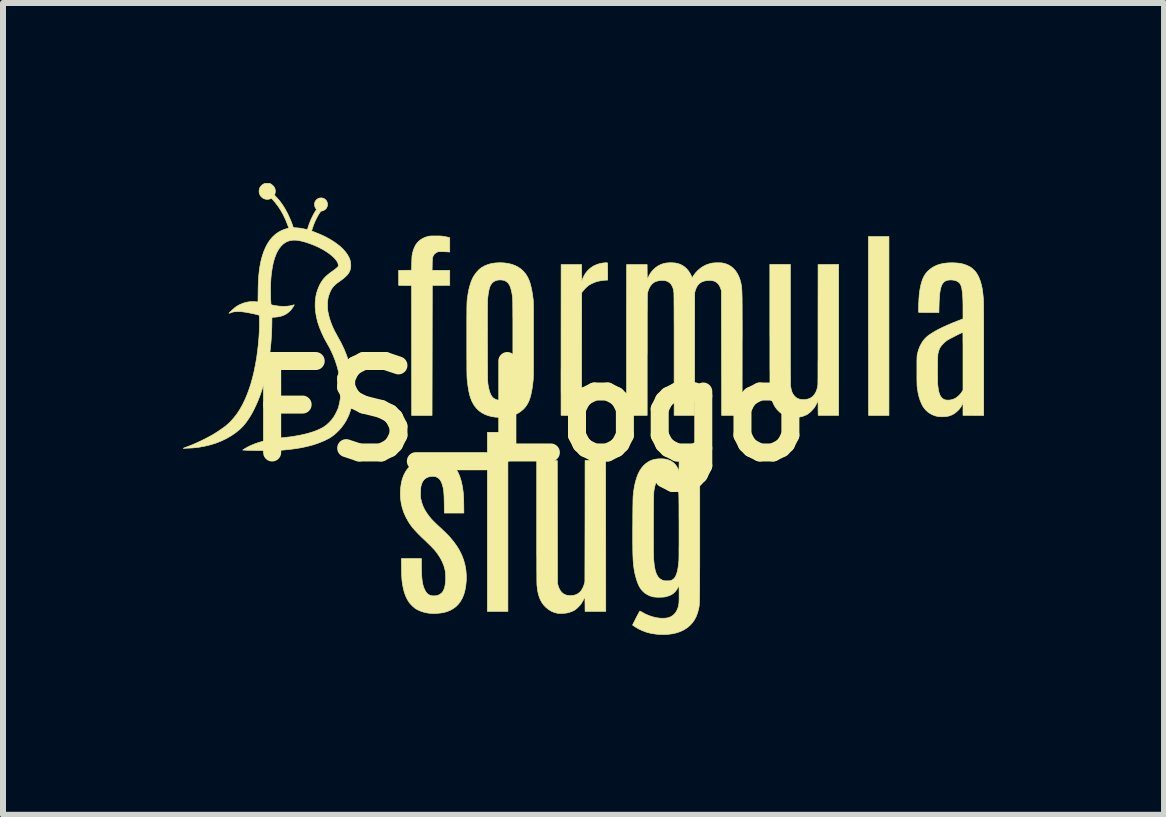
<source format=kicad_pcb>
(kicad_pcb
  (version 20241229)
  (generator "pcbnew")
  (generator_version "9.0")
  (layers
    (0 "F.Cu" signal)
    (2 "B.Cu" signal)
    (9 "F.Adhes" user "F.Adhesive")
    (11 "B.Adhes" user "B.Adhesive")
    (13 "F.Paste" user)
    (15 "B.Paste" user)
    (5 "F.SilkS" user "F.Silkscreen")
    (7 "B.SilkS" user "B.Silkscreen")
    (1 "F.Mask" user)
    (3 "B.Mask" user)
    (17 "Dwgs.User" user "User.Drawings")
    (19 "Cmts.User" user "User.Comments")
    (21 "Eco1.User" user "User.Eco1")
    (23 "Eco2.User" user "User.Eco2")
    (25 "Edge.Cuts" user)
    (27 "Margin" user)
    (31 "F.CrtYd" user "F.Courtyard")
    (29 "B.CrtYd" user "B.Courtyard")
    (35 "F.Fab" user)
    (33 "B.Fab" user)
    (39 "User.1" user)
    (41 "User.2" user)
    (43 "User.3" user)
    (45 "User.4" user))
  (footprint "FS_Logo"
    (layer "F.Cu")
    (at 5.767 3.801)
    (property "Reference" "FS_Logo" (at 0 0 0) (layer "F.SilkS") (effects (font (size 1.524 1.524) (thickness 0.3))))
    (attr through_hole)
    (fp_poly (pts (xy -0.353 3.338) (xy -0.695 3.338) (xy -0.695 0.353) (xy -0.353 0.353) (xy -0.353 3.338)) (stroke (width 0.01) (type solid)) (fill yes) (layer "F.SilkS"))
    (fp_poly (pts (xy 5.997 0.073) (xy 5.828 0.073) (xy 5.792 0.073) (xy 5.759 0.073) (xy 5.729 0.073) (xy 5.703 0.073) (xy 5.682 0.073) (xy 5.667 0.072) (xy 5.659 0.072) (xy 5.657 0.072) (xy 5.657 0.068) (xy 5.657 0.056) (xy 5.657 0.037) (xy 5.657 0.011) (xy 5.657 -0.022) (xy 5.656 -0.062) (xy 5.656 -0.108) (xy 5.656 -0.16) (xy 5.656 -0.217) (xy 5.656 -0.281) (xy 5.656 -0.349) (xy 5.656 -0.422) (xy 5.656 -0.5) (xy 5.656 -0.582) (xy 5.656 -0.669) (xy 5.656 -0.759) (xy 5.656 -0.852) (xy 5.656 -0.949) (xy 5.656 -1.049) (xy 5.655 -1.152) (xy 5.655 -1.257) (xy 5.655 -1.364) (xy 5.655 -1.419) (xy 5.655 -2.909) (xy 5.997 -2.909) (xy 5.997 0.073)) (stroke (width 0.01) (type solid)) (fill yes) (layer "F.SilkS"))
    (fp_poly (pts (xy -1.525 -2.919) (xy -1.499 -2.919) (xy -1.478 -2.918) (xy -1.46 -2.917) (xy -1.444 -2.915) (xy -1.429 -2.913) (xy -1.413 -2.91) (xy -1.411 -2.91) (xy -1.39 -2.906) (xy -1.37 -2.902) (xy -1.353 -2.898) (xy -1.342 -2.895) (xy -1.322 -2.889) (xy -1.322 -2.651) (xy -1.36 -2.654) (xy -1.379 -2.655) (xy -1.403 -2.656) (xy -1.429 -2.657) (xy -1.455 -2.657) (xy -1.457 -2.657) (xy -1.515 -2.657) (xy -1.542 -2.643) (xy -1.565 -2.629) (xy -1.582 -2.612) (xy -1.596 -2.59) (xy -1.604 -2.571) (xy -1.606 -2.563) (xy -1.609 -2.554) (xy -1.61 -2.545) (xy -1.611 -2.533) (xy -1.612 -2.518) (xy -1.613 -2.498) (xy -1.614 -2.472) (xy -1.614 -2.446) (xy -1.616 -2.346) (xy -1.322 -2.346) (xy -1.322 -2.096) (xy -1.467 -2.095) (xy -1.613 -2.094) (xy -1.615 -1.011) (xy -1.617 0.072) (xy -1.787 0.073) (xy -1.957 0.073) (xy -1.958 -1.01) (xy -1.959 -2.094) (xy -2.066 -2.094) (xy -2.173 -2.095) (xy -2.174 -2.22) (xy -2.175 -2.345) (xy -1.959 -2.348) (xy -1.956 -2.463) (xy -1.955 -2.499) (xy -1.954 -2.528) (xy -1.953 -2.553) (xy -1.952 -2.572) (xy -1.95 -2.589) (xy -1.948 -2.603) (xy -1.946 -2.617) (xy -1.946 -2.618) (xy -1.931 -2.675) (xy -1.912 -2.726) (xy -1.889 -2.771) (xy -1.861 -2.809) (xy -1.827 -2.842) (xy -1.789 -2.869) (xy -1.746 -2.891) (xy -1.696 -2.908) (xy -1.696 -2.908) (xy -1.683 -2.911) (xy -1.672 -2.914) (xy -1.662 -2.916) (xy -1.65 -2.917) (xy -1.635 -2.918) (xy -1.617 -2.919) (xy -1.594 -2.919) (xy -1.565 -2.919) (xy -1.558 -2.919) (xy -1.525 -2.919)) (stroke (width 0.01) (type solid)) (fill yes) (layer "F.SilkS"))
    (fp_poly (pts (xy 1.295 -2.472) (xy 1.303 -2.471) (xy 1.306 -2.467) (xy 1.307 -2.464) (xy 1.308 -2.458) (xy 1.308 -2.445) (xy 1.309 -2.426) (xy 1.309 -2.402) (xy 1.309 -2.374) (xy 1.31 -2.343) (xy 1.31 -2.319) (xy 1.31 -2.183) (xy 1.293 -2.183) (xy 1.273 -2.182) (xy 1.248 -2.18) (xy 1.22 -2.176) (xy 1.192 -2.172) (xy 1.165 -2.167) (xy 1.142 -2.162) (xy 1.135 -2.161) (xy 1.109 -2.152) (xy 1.081 -2.141) (xy 1.051 -2.128) (xy 1.024 -2.114) (xy 1 -2.1) (xy 0.988 -2.092) (xy 0.961 -2.069) (xy 0.934 -2.043) (xy 0.909 -2.015) (xy 0.897 -2) (xy 0.877 -1.974) (xy 0.876 -0.951) (xy 0.875 0.072) (xy 0.705 0.073) (xy 0.659 0.073) (xy 0.619 0.073) (xy 0.587 0.072) (xy 0.562 0.072) (xy 0.545 0.071) (xy 0.535 0.07) (xy 0.533 0.069) (xy 0.533 0.065) (xy 0.533 0.053) (xy 0.533 0.034) (xy 0.533 0.008) (xy 0.533 -0.025) (xy 0.533 -0.065) (xy 0.533 -0.11) (xy 0.533 -0.161) (xy 0.533 -0.218) (xy 0.533 -0.281) (xy 0.532 -0.348) (xy 0.532 -0.419) (xy 0.532 -0.495) (xy 0.532 -0.576) (xy 0.532 -0.659) (xy 0.533 -0.747) (xy 0.533 -0.837) (xy 0.533 -0.93) (xy 0.533 -1.026) (xy 0.533 -1.124) (xy 0.533 -1.189) (xy 0.534 -2.443) (xy 0.875 -2.443) (xy 0.877 -2.306) (xy 0.879 -2.169) (xy 0.892 -2.203) (xy 0.916 -2.256) (xy 0.946 -2.305) (xy 0.982 -2.347) (xy 1.023 -2.384) (xy 1.068 -2.415) (xy 1.119 -2.439) (xy 1.173 -2.457) (xy 1.22 -2.467) (xy 1.24 -2.469) (xy 1.26 -2.471) (xy 1.277 -2.472) (xy 1.282 -2.473) (xy 1.295 -2.472)) (stroke (width 0.01) (type solid)) (fill yes) (layer "F.SilkS"))
    (fp_poly (pts (xy 0.299 0.822) (xy 0.47 0.824) (xy 0.472 1.847) (xy 0.474 2.871) (xy 0.483 2.905) (xy 0.498 2.949) (xy 0.518 2.987) (xy 0.541 3.018) (xy 0.569 3.042) (xy 0.602 3.06) (xy 0.638 3.071) (xy 0.679 3.075) (xy 0.704 3.074) (xy 0.746 3.069) (xy 0.782 3.059) (xy 0.814 3.042) (xy 0.843 3.02) (xy 0.854 3.009) (xy 0.876 2.981) (xy 0.895 2.947) (xy 0.911 2.909) (xy 0.922 2.875) (xy 0.93 2.84) (xy 0.932 1.831) (xy 0.933 0.821) (xy 1.276 0.824) (xy 1.277 2.081) (xy 1.278 3.338) (xy 0.933 3.338) (xy 0.932 3.214) (xy 0.931 3.179) (xy 0.931 3.152) (xy 0.931 3.131) (xy 0.93 3.116) (xy 0.929 3.106) (xy 0.929 3.101) (xy 0.928 3.099) (xy 0.926 3.101) (xy 0.925 3.104) (xy 0.915 3.126) (xy 0.903 3.151) (xy 0.889 3.176) (xy 0.875 3.199) (xy 0.863 3.217) (xy 0.861 3.219) (xy 0.844 3.24) (xy 0.824 3.261) (xy 0.802 3.282) (xy 0.78 3.301) (xy 0.761 3.315) (xy 0.756 3.318) (xy 0.733 3.33) (xy 0.704 3.342) (xy 0.673 3.353) (xy 0.644 3.361) (xy 0.634 3.363) (xy 0.609 3.367) (xy 0.579 3.37) (xy 0.548 3.371) (xy 0.518 3.372) (xy 0.49 3.37) (xy 0.468 3.368) (xy 0.468 3.368) (xy 0.417 3.354) (xy 0.371 3.335) (xy 0.327 3.308) (xy 0.285 3.274) (xy 0.276 3.266) (xy 0.242 3.23) (xy 0.213 3.19) (xy 0.189 3.146) (xy 0.169 3.097) (xy 0.153 3.043) (xy 0.141 2.984) (xy 0.133 2.918) (xy 0.131 2.897) (xy 0.131 2.887) (xy 0.13 2.869) (xy 0.13 2.843) (xy 0.129 2.809) (xy 0.129 2.768) (xy 0.129 2.72) (xy 0.128 2.664) (xy 0.128 2.601) (xy 0.128 2.532) (xy 0.128 2.455) (xy 0.127 2.371) (xy 0.127 2.281) (xy 0.127 2.184) (xy 0.127 2.08) (xy 0.127 1.97) (xy 0.127 1.854) (xy 0.127 1.833) (xy 0.127 0.821) (xy 0.299 0.822)) (stroke (width 0.01) (type solid)) (fill yes) (layer "F.SilkS"))
    (fp_poly (pts (xy 5.159 0.071) (xy 4.991 0.071) (xy 4.955 0.071) (xy 4.921 0.071) (xy 4.891 0.071) (xy 4.865 0.071) (xy 4.844 0.071) (xy 4.829 0.071) (xy 4.821 0.071) (xy 4.819 0.07) (xy 4.818 0.066) (xy 4.818 0.055) (xy 4.817 0.038) (xy 4.817 0.016) (xy 4.816 -0.01) (xy 4.816 -0.039) (xy 4.816 -0.053) (xy 4.816 -0.083) (xy 4.816 -0.11) (xy 4.815 -0.134) (xy 4.815 -0.153) (xy 4.814 -0.167) (xy 4.813 -0.174) (xy 4.813 -0.175) (xy 4.81 -0.171) (xy 4.81 -0.17) (xy 4.808 -0.162) (xy 4.803 -0.149) (xy 4.795 -0.132) (xy 4.786 -0.113) (xy 4.776 -0.095) (xy 4.766 -0.077) (xy 4.759 -0.065) (xy 4.74 -0.04) (xy 4.717 -0.015) (xy 4.693 0.01) (xy 4.667 0.032) (xy 4.643 0.05) (xy 4.635 0.055) (xy 4.595 0.074) (xy 4.554 0.089) (xy 4.509 0.099) (xy 4.46 0.104) (xy 4.431 0.105) (xy 4.41 0.106) (xy 4.391 0.106) (xy 4.376 0.105) (xy 4.367 0.105) (xy 4.366 0.105) (xy 4.311 0.092) (xy 4.262 0.073) (xy 4.217 0.048) (xy 4.176 0.017) (xy 4.138 -0.021) (xy 4.129 -0.031) (xy 4.097 -0.075) (xy 4.07 -0.125) (xy 4.049 -0.181) (xy 4.032 -0.243) (xy 4.021 -0.31) (xy 4.017 -0.347) (xy 4.016 -0.357) (xy 4.016 -0.375) (xy 4.015 -0.4) (xy 4.015 -0.434) (xy 4.014 -0.475) (xy 4.014 -0.523) (xy 4.014 -0.58) (xy 4.014 -0.644) (xy 4.013 -0.715) (xy 4.013 -0.794) (xy 4.013 -0.881) (xy 4.013 -0.974) (xy 4.013 -1.075) (xy 4.013 -1.184) (xy 4.012 -1.299) (xy 4.012 -1.42) (xy 4.012 -2.445) (xy 4.354 -2.445) (xy 4.354 -1.452) (xy 4.354 -1.331) (xy 4.354 -1.218) (xy 4.354 -1.112) (xy 4.354 -1.015) (xy 4.354 -0.925) (xy 4.354 -0.842) (xy 4.354 -0.767) (xy 4.355 -0.7) (xy 4.355 -0.64) (xy 4.355 -0.588) (xy 4.356 -0.542) (xy 4.356 -0.504) (xy 4.356 -0.473) (xy 4.357 -0.45) (xy 4.357 -0.433) (xy 4.358 -0.423) (xy 4.358 -0.422) (xy 4.365 -0.377) (xy 4.375 -0.335) (xy 4.389 -0.3) (xy 4.389 -0.298) (xy 4.403 -0.276) (xy 4.421 -0.253) (xy 4.441 -0.233) (xy 4.462 -0.218) (xy 4.471 -0.213) (xy 4.507 -0.199) (xy 4.546 -0.192) (xy 4.586 -0.191) (xy 4.627 -0.196) (xy 4.666 -0.208) (xy 4.682 -0.214) (xy 4.711 -0.232) (xy 4.738 -0.256) (xy 4.761 -0.286) (xy 4.781 -0.321) (xy 4.796 -0.36) (xy 4.807 -0.401) (xy 4.813 -0.444) (xy 4.813 -0.445) (xy 4.813 -0.451) (xy 4.813 -0.465) (xy 4.813 -0.487) (xy 4.813 -0.515) (xy 4.814 -0.55) (xy 4.814 -0.591) (xy 4.814 -0.638) (xy 4.814 -0.69) (xy 4.814 -0.748) (xy 4.814 -0.81) (xy 4.815 -0.876) (xy 4.815 -0.947) (xy 4.815 -1.022) (xy 4.815 -1.099) (xy 4.815 -1.18) (xy 4.815 -1.264) (xy 4.815 -1.35) (xy 4.815 -1.438) (xy 4.815 -1.459) (xy 4.816 -2.443) (xy 4.988 -2.444) (xy 5.159 -2.445) (xy 5.159 0.071)) (stroke (width 0.01) (type solid)) (fill yes) (layer "F.SilkS"))
    (fp_poly (pts (xy -1.574 0.794) (xy -1.54 0.796) (xy -1.52 0.798) (xy -1.461 0.807) (xy -1.407 0.822) (xy -1.358 0.842) (xy -1.314 0.868) (xy -1.274 0.9) (xy -1.238 0.938) (xy -1.207 0.981) (xy -1.179 1.032) (xy -1.155 1.089) (xy -1.135 1.152) (xy -1.118 1.223) (xy -1.109 1.268) (xy -1.103 1.312) (xy -1.097 1.358) (xy -1.093 1.407) (xy -1.09 1.462) (xy -1.089 1.521) (xy -1.088 1.581) (xy -1.087 1.699) (xy -1.412 1.699) (xy -1.414 1.541) (xy -1.415 1.492) (xy -1.416 1.45) (xy -1.417 1.415) (xy -1.419 1.384) (xy -1.421 1.357) (xy -1.423 1.333) (xy -1.426 1.311) (xy -1.43 1.29) (xy -1.434 1.269) (xy -1.436 1.261) (xy -1.449 1.215) (xy -1.465 1.177) (xy -1.483 1.146) (xy -1.505 1.122) (xy -1.53 1.105) (xy -1.558 1.093) (xy -1.591 1.088) (xy -1.606 1.087) (xy -1.648 1.091) (xy -1.685 1.1) (xy -1.717 1.116) (xy -1.745 1.137) (xy -1.768 1.166) (xy -1.786 1.2) (xy -1.798 1.239) (xy -1.802 1.253) (xy -1.804 1.269) (xy -1.806 1.286) (xy -1.807 1.308) (xy -1.808 1.336) (xy -1.809 1.351) (xy -1.809 1.38) (xy -1.809 1.402) (xy -1.809 1.42) (xy -1.808 1.435) (xy -1.806 1.449) (xy -1.804 1.463) (xy -1.802 1.472) (xy -1.786 1.533) (xy -1.765 1.591) (xy -1.737 1.648) (xy -1.701 1.704) (xy -1.659 1.762) (xy -1.657 1.764) (xy -1.643 1.781) (xy -1.629 1.797) (xy -1.614 1.814) (xy -1.597 1.831) (xy -1.577 1.851) (xy -1.554 1.873) (xy -1.527 1.899) (xy -1.495 1.929) (xy -1.486 1.937) (xy -1.462 1.959) (xy -1.438 1.982) (xy -1.415 2.004) (xy -1.394 2.024) (xy -1.377 2.04) (xy -1.366 2.052) (xy -1.324 2.096) (xy -1.283 2.144) (xy -1.244 2.194) (xy -1.208 2.244) (xy -1.177 2.293) (xy -1.158 2.326) (xy -1.12 2.403) (xy -1.09 2.483) (xy -1.068 2.564) (xy -1.053 2.648) (xy -1.046 2.733) (xy -1.046 2.82) (xy -1.055 2.909) (xy -1.058 2.933) (xy -1.072 3.002) (xy -1.091 3.065) (xy -1.116 3.123) (xy -1.146 3.174) (xy -1.181 3.22) (xy -1.221 3.26) (xy -1.267 3.293) (xy -1.317 3.321) (xy -1.373 3.343) (xy -1.43 3.358) (xy -1.477 3.365) (xy -1.528 3.37) (xy -1.579 3.373) (xy -1.629 3.372) (xy -1.643 3.371) (xy -1.701 3.363) (xy -1.758 3.35) (xy -1.81 3.333) (xy -1.859 3.311) (xy -1.894 3.29) (xy -1.916 3.273) (xy -1.941 3.251) (xy -1.966 3.226) (xy -1.988 3.202) (xy -2.004 3.18) (xy -2.032 3.134) (xy -2.057 3.081) (xy -2.078 3.023) (xy -2.095 2.959) (xy -2.105 2.907) (xy -2.11 2.88) (xy -2.113 2.855) (xy -2.117 2.83) (xy -2.119 2.805) (xy -2.121 2.778) (xy -2.123 2.749) (xy -2.124 2.716) (xy -2.125 2.677) (xy -2.126 2.633) (xy -2.126 2.61) (xy -2.128 2.457) (xy -1.794 2.457) (xy -1.794 2.575) (xy -1.793 2.64) (xy -1.792 2.698) (xy -1.789 2.75) (xy -1.785 2.796) (xy -1.78 2.837) (xy -1.774 2.874) (xy -1.766 2.907) (xy -1.756 2.938) (xy -1.744 2.966) (xy -1.738 2.979) (xy -1.719 3.013) (xy -1.697 3.039) (xy -1.671 3.059) (xy -1.642 3.072) (xy -1.61 3.078) (xy -1.6 3.079) (xy -1.559 3.078) (xy -1.522 3.07) (xy -1.49 3.056) (xy -1.462 3.035) (xy -1.453 3.027) (xy -1.436 3.005) (xy -1.423 2.981) (xy -1.412 2.952) (xy -1.405 2.928) (xy -1.398 2.889) (xy -1.393 2.846) (xy -1.39 2.799) (xy -1.39 2.752) (xy -1.393 2.707) (xy -1.397 2.666) (xy -1.401 2.647) (xy -1.419 2.579) (xy -1.446 2.512) (xy -1.48 2.447) (xy -1.522 2.382) (xy -1.557 2.336) (xy -1.571 2.318) (xy -1.588 2.3) (xy -1.608 2.279) (xy -1.63 2.255) (xy -1.657 2.229) (xy -1.689 2.198) (xy -1.725 2.163) (xy -1.75 2.139) (xy -1.798 2.094) (xy -1.84 2.052) (xy -1.876 2.014) (xy -1.909 1.978) (xy -1.938 1.945) (xy -1.964 1.912) (xy -1.987 1.879) (xy -2.009 1.846) (xy -2.013 1.839) (xy -2.054 1.765) (xy -2.088 1.689) (xy -2.114 1.61) (xy -2.132 1.53) (xy -2.143 1.448) (xy -2.146 1.366) (xy -2.141 1.282) (xy -2.129 1.199) (xy -2.113 1.133) (xy -2.091 1.073) (xy -2.064 1.019) (xy -2.032 0.97) (xy -1.994 0.928) (xy -1.95 0.891) (xy -1.901 0.86) (xy -1.847 0.834) (xy -1.787 0.815) (xy -1.747 0.805) (xy -1.719 0.801) (xy -1.686 0.798) (xy -1.649 0.795) (xy -1.611 0.794) (xy -1.574 0.794)) (stroke (width 0.01) (type solid)) (fill yes) (layer "F.SilkS"))
    (fp_poly (pts (xy 2.406 -2.471) (xy 2.445 -2.467) (xy 2.48 -2.459) (xy 2.513 -2.448) (xy 2.555 -2.428) (xy 2.595 -2.4) (xy 2.631 -2.367) (xy 2.662 -2.328) (xy 2.689 -2.285) (xy 2.704 -2.253) (xy 2.709 -2.24) (xy 2.714 -2.229) (xy 2.716 -2.224) (xy 2.717 -2.223) (xy 2.719 -2.226) (xy 2.725 -2.234) (xy 2.732 -2.245) (xy 2.734 -2.247) (xy 2.77 -2.299) (xy 2.812 -2.344) (xy 2.858 -2.383) (xy 2.907 -2.415) (xy 2.961 -2.441) (xy 3.018 -2.459) (xy 3.052 -2.467) (xy 3.074 -2.469) (xy 3.1 -2.471) (xy 3.13 -2.472) (xy 3.16 -2.472) (xy 3.188 -2.471) (xy 3.213 -2.47) (xy 3.223 -2.468) (xy 3.274 -2.456) (xy 3.321 -2.437) (xy 3.364 -2.412) (xy 3.403 -2.38) (xy 3.438 -2.342) (xy 3.468 -2.297) (xy 3.494 -2.247) (xy 3.515 -2.191) (xy 3.531 -2.13) (xy 3.538 -2.09) (xy 3.54 -2.079) (xy 3.541 -2.069) (xy 3.542 -2.058) (xy 3.543 -2.046) (xy 3.544 -2.033) (xy 3.545 -2.019) (xy 3.546 -2.002) (xy 3.547 -1.984) (xy 3.548 -1.963) (xy 3.548 -1.939) (xy 3.549 -1.913) (xy 3.55 -1.883) (xy 3.55 -1.849) (xy 3.55 -1.812) (xy 3.551 -1.77) (xy 3.551 -1.724) (xy 3.551 -1.673) (xy 3.551 -1.617) (xy 3.551 -1.556) (xy 3.552 -1.488) (xy 3.552 -1.415) (xy 3.552 -1.335) (xy 3.552 -1.249) (xy 3.551 -1.156) (xy 3.551 -1.055) (xy 3.551 -0.947) (xy 3.551 -0.918) (xy 3.55 0.072) (xy 3.379 0.072) (xy 3.209 0.072) (xy 3.207 -0.967) (xy 3.205 -2.006) (xy 3.196 -2.035) (xy 3.18 -2.075) (xy 3.161 -2.108) (xy 3.137 -2.135) (xy 3.109 -2.155) (xy 3.077 -2.169) (xy 3.039 -2.176) (xy 2.996 -2.178) (xy 2.981 -2.177) (xy 2.935 -2.171) (xy 2.895 -2.16) (xy 2.861 -2.143) (xy 2.832 -2.12) (xy 2.807 -2.091) (xy 2.787 -2.056) (xy 2.771 -2.014) (xy 2.769 -2.006) (xy 2.76 -1.974) (xy 2.759 -0.953) (xy 2.759 -0.863) (xy 2.759 -0.776) (xy 2.759 -0.691) (xy 2.759 -0.608) (xy 2.759 -0.529) (xy 2.758 -0.453) (xy 2.758 -0.381) (xy 2.758 -0.313) (xy 2.758 -0.25) (xy 2.758 -0.191) (xy 2.758 -0.137) (xy 2.757 -0.089) (xy 2.757 -0.046) (xy 2.757 -0.01) (xy 2.757 0.02) (xy 2.757 0.044) (xy 2.757 0.06) (xy 2.756 0.069) (xy 2.756 0.07) (xy 2.752 0.071) (xy 2.741 0.071) (xy 2.723 0.071) (xy 2.7 0.071) (xy 2.672 0.071) (xy 2.641 0.071) (xy 2.606 0.071) (xy 2.586 0.071) (xy 2.417 0.071) (xy 2.417 -0.934) (xy 2.417 -1.047) (xy 2.417 -1.155) (xy 2.417 -1.257) (xy 2.417 -1.352) (xy 2.417 -1.441) (xy 2.416 -1.524) (xy 2.416 -1.601) (xy 2.416 -1.67) (xy 2.416 -1.733) (xy 2.415 -1.789) (xy 2.415 -1.838) (xy 2.415 -1.88) (xy 2.414 -1.914) (xy 2.414 -1.941) (xy 2.414 -1.96) (xy 2.413 -1.972) (xy 2.413 -1.974) (xy 2.409 -2.002) (xy 2.405 -2.025) (xy 2.4 -2.044) (xy 2.393 -2.063) (xy 2.385 -2.082) (xy 2.366 -2.114) (xy 2.342 -2.139) (xy 2.313 -2.158) (xy 2.28 -2.171) (xy 2.241 -2.177) (xy 2.198 -2.178) (xy 2.194 -2.177) (xy 2.161 -2.173) (xy 2.129 -2.165) (xy 2.099 -2.154) (xy 2.079 -2.143) (xy 2.051 -2.12) (xy 2.026 -2.091) (xy 2.005 -2.057) (xy 1.988 -2.018) (xy 1.976 -1.976) (xy 1.973 -1.955) (xy 1.972 -1.947) (xy 1.972 -1.933) (xy 1.971 -1.912) (xy 1.971 -1.885) (xy 1.971 -1.85) (xy 1.97 -1.808) (xy 1.97 -1.758) (xy 1.97 -1.702) (xy 1.969 -1.638) (xy 1.969 -1.567) (xy 1.969 -1.488) (xy 1.969 -1.401) (xy 1.969 -1.308) (xy 1.969 -1.206) (xy 1.969 -1.097) (xy 1.969 -0.979) (xy 1.968 -0.926) (xy 1.968 0.071) (xy 1.797 0.072) (xy 1.751 0.073) (xy 1.711 0.073) (xy 1.679 0.072) (xy 1.654 0.072) (xy 1.637 0.071) (xy 1.627 0.07) (xy 1.625 0.069) (xy 1.625 0.065) (xy 1.624 0.053) (xy 1.624 0.034) (xy 1.624 0.008) (xy 1.624 -0.025) (xy 1.624 -0.065) (xy 1.624 -0.11) (xy 1.624 -0.161) (xy 1.624 -0.218) (xy 1.624 -0.281) (xy 1.624 -0.348) (xy 1.624 -0.419) (xy 1.624 -0.495) (xy 1.624 -0.576) (xy 1.624 -0.659) (xy 1.624 -0.747) (xy 1.624 -0.837) (xy 1.624 -0.93) (xy 1.624 -1.026) (xy 1.624 -1.124) (xy 1.624 -1.189) (xy 1.625 -2.443) (xy 1.967 -2.443) (xy 1.968 -2.316) (xy 1.97 -2.189) (xy 1.982 -2.219) (xy 2.003 -2.266) (xy 2.031 -2.31) (xy 2.065 -2.351) (xy 2.103 -2.387) (xy 2.145 -2.417) (xy 2.19 -2.441) (xy 2.209 -2.448) (xy 2.244 -2.46) (xy 2.28 -2.467) (xy 2.319 -2.471) (xy 2.361 -2.473) (xy 2.406 -2.471)) (stroke (width 0.01) (type solid)) (fill yes) (layer "F.SilkS"))
    (fp_poly (pts (xy -0.418 -2.47) (xy -0.351 -2.461) (xy -0.288 -2.446) (xy -0.231 -2.425) (xy -0.179 -2.398) (xy -0.132 -2.365) (xy -0.091 -2.327) (xy -0.055 -2.283) (xy -0.024 -2.233) (xy 0.000195 -2.18) (xy 0.017 -2.133) (xy 0.031 -2.079) (xy 0.044 -2.019) (xy 0.056 -1.952) (xy 0.066 -1.877) (xy 0.066 -1.877) (xy 0.067 -1.869) (xy 0.068 -1.861) (xy 0.069 -1.851) (xy 0.07 -1.841) (xy 0.07 -1.829) (xy 0.071 -1.814) (xy 0.071 -1.798) (xy 0.072 -1.778) (xy 0.072 -1.755) (xy 0.072 -1.729) (xy 0.073 -1.699) (xy 0.073 -1.664) (xy 0.073 -1.625) (xy 0.073 -1.58) (xy 0.073 -1.529) (xy 0.073 -1.473) (xy 0.073 -1.41) (xy 0.073 -1.341) (xy 0.073 -1.264) (xy 0.073 -1.193) (xy 0.073 -1.105) (xy 0.073 -1.025) (xy 0.073 -0.952) (xy 0.073 -0.887) (xy 0.073 -0.827) (xy 0.073 -0.775) (xy 0.073 -0.728) (xy 0.072 -0.686) (xy 0.072 -0.65) (xy 0.072 -0.619) (xy 0.071 -0.592) (xy 0.071 -0.57) (xy 0.07 -0.551) (xy 0.07 -0.537) (xy 0.069 -0.525) (xy 0.068 -0.516) (xy 0.068 -0.516) (xy 0.06 -0.443) (xy 0.051 -0.378) (xy 0.04 -0.319) (xy 0.029 -0.267) (xy 0.016 -0.22) (xy 0.001 -0.178) (xy -0.016 -0.141) (xy -0.034 -0.108) (xy -0.055 -0.077) (xy -0.078 -0.05) (xy -0.087 -0.04) (xy -0.131 -0.001) (xy -0.179 0.032) (xy -0.232 0.058) (xy -0.289 0.079) (xy -0.351 0.093) (xy -0.418 0.101) (xy -0.487 0.103) (xy -0.509 0.102) (xy -0.528 0.102) (xy -0.544 0.101) (xy -0.555 0.101) (xy -0.556 0.101) (xy -0.623 0.091) (xy -0.684 0.075) (xy -0.741 0.053) (xy -0.792 0.025) (xy -0.838 -0.009) (xy -0.878 -0.048) (xy -0.914 -0.094) (xy -0.944 -0.145) (xy -0.945 -0.147) (xy -0.962 -0.184) (xy -0.976 -0.222) (xy -0.989 -0.264) (xy -1 -0.311) (xy -1.01 -0.362) (xy -1.019 -0.419) (xy -1.027 -0.483) (xy -1.033 -0.538) (xy -1.033 -0.548) (xy -1.034 -0.561) (xy -1.035 -0.577) (xy -1.035 -0.598) (xy -1.036 -0.622) (xy -1.036 -0.651) (xy -1.037 -0.685) (xy -1.037 -0.724) (xy -1.037 -0.769) (xy -1.037 -0.819) (xy -1.038 -0.876) (xy -1.038 -0.939) (xy -1.038 -1.009) (xy -1.038 -1.086) (xy -1.038 -1.171) (xy -1.038 -1.195) (xy -1.038 -1.276) (xy -1.038 -1.35) (xy -1.038 -1.417) (xy -1.038 -1.458) (xy -0.694 -1.458) (xy -0.694 -1.379) (xy -0.694 -1.292) (xy -0.694 -1.197) (xy -0.694 -1.155) (xy -0.693 -1.07) (xy -0.693 -0.992) (xy -0.693 -0.921) (xy -0.693 -0.858) (xy -0.693 -0.8) (xy -0.692 -0.749) (xy -0.692 -0.703) (xy -0.692 -0.663) (xy -0.692 -0.627) (xy -0.691 -0.596) (xy -0.691 -0.57) (xy -0.691 -0.546) (xy -0.69 -0.527) (xy -0.69 -0.51) (xy -0.689 -0.496) (xy -0.688 -0.484) (xy -0.688 -0.474) (xy -0.687 -0.466) (xy -0.686 -0.458) (xy -0.685 -0.451) (xy -0.685 -0.45) (xy -0.676 -0.395) (xy -0.664 -0.347) (xy -0.651 -0.305) (xy -0.635 -0.269) (xy -0.618 -0.242) (xy -0.6 -0.221) (xy -0.599 -0.221) (xy -0.582 -0.209) (xy -0.561 -0.198) (xy -0.541 -0.189) (xy -0.533 -0.187) (xy -0.515 -0.184) (xy -0.492 -0.183) (xy -0.468 -0.184) (xy -0.445 -0.185) (xy -0.427 -0.189) (xy -0.394 -0.201) (xy -0.366 -0.218) (xy -0.342 -0.241) (xy -0.323 -0.271) (xy -0.308 -0.308) (xy -0.302 -0.325) (xy -0.294 -0.358) (xy -0.287 -0.395) (xy -0.281 -0.436) (xy -0.276 -0.478) (xy -0.274 -0.506) (xy -0.273 -0.518) (xy -0.273 -0.537) (xy -0.272 -0.563) (xy -0.272 -0.595) (xy -0.272 -0.633) (xy -0.271 -0.676) (xy -0.271 -0.724) (xy -0.271 -0.776) (xy -0.27 -0.832) (xy -0.27 -0.89) (xy -0.27 -0.952) (xy -0.27 -1.015) (xy -0.27 -1.079) (xy -0.27 -1.145) (xy -0.27 -1.211) (xy -0.27 -1.276) (xy -0.27 -1.341) (xy -0.27 -1.405) (xy -0.27 -1.467) (xy -0.27 -1.526) (xy -0.271 -1.583) (xy -0.271 -1.636) (xy -0.271 -1.685) (xy -0.272 -1.73) (xy -0.272 -1.77) (xy -0.272 -1.804) (xy -0.273 -1.832) (xy -0.273 -1.854) (xy -0.274 -1.868) (xy -0.274 -1.871) (xy -0.279 -1.923) (xy -0.287 -1.971) (xy -0.297 -2.016) (xy -0.308 -2.055) (xy -0.321 -2.089) (xy -0.33 -2.106) (xy -0.35 -2.135) (xy -0.376 -2.157) (xy -0.405 -2.174) (xy -0.44 -2.183) (xy -0.479 -2.187) (xy -0.479 -2.187) (xy -0.52 -2.184) (xy -0.556 -2.174) (xy -0.587 -2.159) (xy -0.614 -2.137) (xy -0.635 -2.109) (xy -0.644 -2.093) (xy -0.655 -2.067) (xy -0.665 -2.035) (xy -0.673 -1.996) (xy -0.681 -1.95) (xy -0.687 -1.9) (xy -0.691 -1.863) (xy -0.691 -1.852) (xy -0.692 -1.835) (xy -0.692 -1.812) (xy -0.693 -1.782) (xy -0.693 -1.745) (xy -0.693 -1.702) (xy -0.694 -1.651) (xy -0.694 -1.594) (xy -0.694 -1.53) (xy -0.694 -1.458) (xy -1.038 -1.458) (xy -1.038 -1.477) (xy -1.038 -1.531) (xy -1.038 -1.578) (xy -1.037 -1.621) (xy -1.037 -1.658) (xy -1.037 -1.691) (xy -1.037 -1.72) (xy -1.036 -1.745) (xy -1.036 -1.766) (xy -1.035 -1.785) (xy -1.035 -1.8) (xy -1.034 -1.814) (xy -1.034 -1.826) (xy -1.033 -1.837) (xy -1.032 -1.847) (xy -1.031 -1.856) (xy -1.031 -1.861) (xy -1.019 -1.945) (xy -1.005 -2.022) (xy -0.987 -2.091) (xy -0.967 -2.154) (xy -0.943 -2.211) (xy -0.94 -2.217) (xy -0.919 -2.254) (xy -0.894 -2.29) (xy -0.866 -2.325) (xy -0.837 -2.356) (xy -0.807 -2.381) (xy -0.793 -2.391) (xy -0.745 -2.419) (xy -0.691 -2.441) (xy -0.633 -2.458) (xy -0.57 -2.468) (xy -0.505 -2.472) (xy -0.491 -2.473) (xy -0.418 -2.47)) (stroke (width 0.01) (type solid)) (fill yes) (layer "F.SilkS"))
    (fp_poly (pts (xy 7.066 -2.471) (xy 7.121 -2.469) (xy 7.169 -2.464) (xy 7.212 -2.456) (xy 7.253 -2.445) (xy 7.291 -2.431) (xy 7.33 -2.413) (xy 7.346 -2.405) (xy 7.366 -2.392) (xy 7.388 -2.375) (xy 7.411 -2.354) (xy 7.432 -2.332) (xy 7.45 -2.31) (xy 7.452 -2.307) (xy 7.478 -2.265) (xy 7.501 -2.217) (xy 7.521 -2.163) (xy 7.538 -2.103) (xy 7.552 -2.036) (xy 7.562 -1.962) (xy 7.57 -1.882) (xy 7.572 -1.848) (xy 7.573 -1.835) (xy 7.573 -1.814) (xy 7.574 -1.786) (xy 7.574 -1.749) (xy 7.574 -1.706) (xy 7.575 -1.654) (xy 7.575 -1.596) (xy 7.575 -1.53) (xy 7.576 -1.457) (xy 7.576 -1.377) (xy 7.576 -1.29) (xy 7.576 -1.196) (xy 7.576 -1.096) (xy 7.576 -0.989) (xy 7.576 -0.875) (xy 7.576 -0.852) (xy 7.576 0.073) (xy 7.231 0.071) (xy 7.231 -0.137) (xy 7.217 -0.108) (xy 7.202 -0.078) (xy 7.185 -0.053) (xy 7.165 -0.028) (xy 7.154 -0.016) (xy 7.118 0.017) (xy 7.082 0.044) (xy 7.042 0.065) (xy 6.998 0.081) (xy 6.995 0.081) (xy 6.977 0.086) (xy 6.96 0.089) (xy 6.942 0.091) (xy 6.919 0.093) (xy 6.904 0.093) (xy 6.881 0.094) (xy 6.858 0.093) (xy 6.838 0.093) (xy 6.824 0.091) (xy 6.822 0.091) (xy 6.774 0.081) (xy 6.727 0.064) (xy 6.683 0.041) (xy 6.643 0.013) (xy 6.609 -0.019) (xy 6.599 -0.03) (xy 6.585 -0.049) (xy 6.573 -0.064) (xy 6.564 -0.078) (xy 6.556 -0.093) (xy 6.546 -0.111) (xy 6.542 -0.119) (xy 6.519 -0.173) (xy 6.499 -0.234) (xy 6.483 -0.302) (xy 6.471 -0.377) (xy 6.47 -0.381) (xy 6.469 -0.393) (xy 6.467 -0.406) (xy 6.466 -0.419) (xy 6.465 -0.435) (xy 6.465 -0.453) (xy 6.464 -0.474) (xy 6.464 -0.499) (xy 6.463 -0.529) (xy 6.463 -0.564) (xy 6.463 -0.605) (xy 6.463 -0.608) (xy 6.807 -0.608) (xy 6.807 -0.562) (xy 6.808 -0.522) (xy 6.808 -0.49) (xy 6.809 -0.464) (xy 6.81 -0.445) (xy 6.81 -0.445) (xy 6.816 -0.391) (xy 6.823 -0.345) (xy 6.833 -0.305) (xy 6.845 -0.272) (xy 6.86 -0.244) (xy 6.877 -0.222) (xy 6.897 -0.205) (xy 6.921 -0.192) (xy 6.926 -0.19) (xy 6.948 -0.185) (xy 6.974 -0.183) (xy 7.004 -0.184) (xy 7.033 -0.188) (xy 7.061 -0.196) (xy 7.062 -0.196) (xy 7.082 -0.204) (xy 7.103 -0.214) (xy 7.12 -0.224) (xy 7.121 -0.225) (xy 7.144 -0.243) (xy 7.168 -0.265) (xy 7.191 -0.29) (xy 7.209 -0.315) (xy 7.216 -0.326) (xy 7.231 -0.351) (xy 7.231 -0.832) (xy 7.231 -0.893) (xy 7.231 -0.952) (xy 7.231 -1.008) (xy 7.231 -1.061) (xy 7.231 -1.111) (xy 7.23 -1.156) (xy 7.23 -1.196) (xy 7.23 -1.231) (xy 7.23 -1.261) (xy 7.229 -1.284) (xy 7.229 -1.301) (xy 7.229 -1.311) (xy 7.228 -1.314) (xy 7.223 -1.312) (xy 7.212 -1.307) (xy 7.196 -1.299) (xy 7.176 -1.289) (xy 7.153 -1.278) (xy 7.127 -1.265) (xy 7.101 -1.252) (xy 7.074 -1.238) (xy 7.049 -1.225) (xy 7.025 -1.212) (xy 7.004 -1.201) (xy 6.987 -1.192) (xy 6.975 -1.185) (xy 6.971 -1.182) (xy 6.955 -1.171) (xy 6.936 -1.156) (xy 6.917 -1.139) (xy 6.903 -1.125) (xy 6.877 -1.097) (xy 6.856 -1.069) (xy 6.84 -1.041) (xy 6.828 -1.01) (xy 6.818 -0.973) (xy 6.817 -0.97) (xy 6.815 -0.962) (xy 6.814 -0.954) (xy 6.813 -0.945) (xy 6.812 -0.934) (xy 6.811 -0.921) (xy 6.81 -0.905) (xy 6.809 -0.886) (xy 6.809 -0.862) (xy 6.808 -0.832) (xy 6.808 -0.797) (xy 6.808 -0.755) (xy 6.807 -0.716) (xy 6.807 -0.659) (xy 6.807 -0.608) (xy 6.463 -0.608) (xy 6.463 -0.654) (xy 6.463 -0.675) (xy 6.463 -0.724) (xy 6.463 -0.767) (xy 6.463 -0.803) (xy 6.463 -0.833) (xy 6.464 -0.858) (xy 6.464 -0.878) (xy 6.465 -0.895) (xy 6.465 -0.908) (xy 6.466 -0.92) (xy 6.467 -0.929) (xy 6.468 -0.937) (xy 6.47 -0.946) (xy 6.472 -0.954) (xy 6.472 -0.955) (xy 6.488 -1.014) (xy 6.509 -1.07) (xy 6.535 -1.122) (xy 6.564 -1.169) (xy 6.596 -1.207) (xy 6.626 -1.237) (xy 6.665 -1.268) (xy 6.712 -1.299) (xy 6.766 -1.332) (xy 6.827 -1.365) (xy 6.897 -1.399) (xy 6.974 -1.434) (xy 7.058 -1.47) (xy 7.15 -1.506) (xy 7.212 -1.53) (xy 7.231 -1.537) (xy 7.231 -1.687) (xy 7.231 -1.758) (xy 7.23 -1.823) (xy 7.228 -1.88) (xy 7.225 -1.93) (xy 7.221 -1.974) (xy 7.216 -2.012) (xy 7.211 -2.045) (xy 7.204 -2.073) (xy 7.195 -2.097) (xy 7.186 -2.116) (xy 7.175 -2.132) (xy 7.163 -2.144) (xy 7.162 -2.145) (xy 7.139 -2.161) (xy 7.115 -2.172) (xy 7.088 -2.18) (xy 7.057 -2.184) (xy 7.042 -2.186) (xy 7.003 -2.185) (xy 6.969 -2.18) (xy 6.94 -2.169) (xy 6.915 -2.152) (xy 6.894 -2.129) (xy 6.889 -2.122) (xy 6.877 -2.1) (xy 6.867 -2.074) (xy 6.858 -2.042) (xy 6.85 -2.005) (xy 6.844 -1.962) (xy 6.839 -1.913) (xy 6.836 -1.856) (xy 6.834 -1.82) (xy 6.833 -1.79) (xy 6.832 -1.76) (xy 6.831 -1.732) (xy 6.831 -1.708) (xy 6.83 -1.689) (xy 6.83 -1.68) (xy 6.83 -1.643) (xy 6.661 -1.643) (xy 6.62 -1.643) (xy 6.586 -1.643) (xy 6.558 -1.643) (xy 6.537 -1.644) (xy 6.52 -1.644) (xy 6.508 -1.645) (xy 6.5 -1.646) (xy 6.494 -1.647) (xy 6.492 -1.648) (xy 6.49 -1.649) (xy 6.49 -1.649) (xy 6.49 -1.656) (xy 6.489 -1.668) (xy 6.49 -1.687) (xy 6.49 -1.711) (xy 6.491 -1.737) (xy 6.492 -1.767) (xy 6.493 -1.798) (xy 6.495 -1.829) (xy 6.496 -1.859) (xy 6.498 -1.888) (xy 6.5 -1.914) (xy 6.501 -1.936) (xy 6.503 -1.951) (xy 6.508 -1.989) (xy 6.514 -2.03) (xy 6.522 -2.07) (xy 6.53 -2.107) (xy 6.539 -2.14) (xy 6.544 -2.158) (xy 6.562 -2.206) (xy 6.581 -2.247) (xy 6.604 -2.284) (xy 6.63 -2.317) (xy 6.654 -2.341) (xy 6.697 -2.377) (xy 6.745 -2.407) (xy 6.797 -2.432) (xy 6.854 -2.45) (xy 6.916 -2.463) (xy 6.983 -2.47) (xy 7.056 -2.472) (xy 7.066 -2.471)) (stroke (width 0.01) (type solid)) (fill yes) (layer "F.SilkS"))
    (fp_poly (pts (xy 2.225 0.795) (xy 2.273 0.8) (xy 2.316 0.811) (xy 2.356 0.827) (xy 2.375 0.838) (xy 2.407 0.86) (xy 2.436 0.889) (xy 2.461 0.923) (xy 2.481 0.96) (xy 2.487 0.974) (xy 2.498 1.002) (xy 2.499 0.912) (xy 2.5 0.821) (xy 2.844 0.824) (xy 2.844 2) (xy 2.844 2.116) (xy 2.844 2.225) (xy 2.844 2.326) (xy 2.844 2.42) (xy 2.844 2.507) (xy 2.844 2.588) (xy 2.843 2.662) (xy 2.843 2.73) (xy 2.843 2.793) (xy 2.843 2.85) (xy 2.843 2.902) (xy 2.843 2.95) (xy 2.842 2.992) (xy 2.842 3.031) (xy 2.842 3.065) (xy 2.841 3.096) (xy 2.841 3.123) (xy 2.84 3.147) (xy 2.84 3.168) (xy 2.839 3.186) (xy 2.838 3.202) (xy 2.837 3.216) (xy 2.836 3.229) (xy 2.835 3.239) (xy 2.834 3.249) (xy 2.833 3.257) (xy 2.832 3.265) (xy 2.83 3.273) (xy 2.829 3.28) (xy 2.827 3.288) (xy 2.826 3.296) (xy 2.825 3.298) (xy 2.807 3.364) (xy 2.784 3.425) (xy 2.755 3.48) (xy 2.72 3.529) (xy 2.679 3.573) (xy 2.633 3.612) (xy 2.581 3.645) (xy 2.524 3.672) (xy 2.461 3.694) (xy 2.393 3.71) (xy 2.333 3.718) (xy 2.307 3.721) (xy 2.275 3.722) (xy 2.239 3.722) (xy 2.203 3.722) (xy 2.167 3.721) (xy 2.135 3.719) (xy 2.111 3.716) (xy 2.032 3.704) (xy 1.958 3.685) (xy 1.888 3.659) (xy 1.822 3.628) (xy 1.769 3.596) (xy 1.753 3.585) (xy 1.739 3.576) (xy 1.73 3.569) (xy 1.725 3.565) (xy 1.725 3.565) (xy 1.726 3.561) (xy 1.731 3.551) (xy 1.738 3.536) (xy 1.748 3.517) (xy 1.759 3.495) (xy 1.771 3.471) (xy 1.784 3.447) (xy 1.796 3.422) (xy 1.809 3.399) (xy 1.82 3.377) (xy 1.83 3.359) (xy 1.838 3.345) (xy 1.843 3.336) (xy 1.845 3.333) (xy 1.849 3.334) (xy 1.859 3.338) (xy 1.871 3.345) (xy 1.877 3.348) (xy 1.938 3.382) (xy 1.999 3.408) (xy 2.06 3.428) (xy 2.124 3.443) (xy 2.169 3.449) (xy 2.198 3.452) (xy 2.23 3.452) (xy 2.261 3.451) (xy 2.29 3.448) (xy 2.314 3.444) (xy 2.316 3.443) (xy 2.356 3.429) (xy 2.392 3.408) (xy 2.423 3.38) (xy 2.449 3.347) (xy 2.469 3.308) (xy 2.48 3.28) (xy 2.485 3.263) (xy 2.49 3.246) (xy 2.493 3.229) (xy 2.496 3.209) (xy 2.498 3.187) (xy 2.499 3.162) (xy 2.5 3.131) (xy 2.5 3.095) (xy 2.5 3.053) (xy 2.5 3.038) (xy 2.498 2.903) (xy 2.486 2.93) (xy 2.463 2.972) (xy 2.436 3.007) (xy 2.406 3.036) (xy 2.371 3.06) (xy 2.33 3.078) (xy 2.283 3.092) (xy 2.274 3.094) (xy 2.252 3.098) (xy 2.225 3.1) (xy 2.194 3.101) (xy 2.162 3.102) (xy 2.13 3.101) (xy 2.101 3.099) (xy 2.077 3.097) (xy 2.067 3.095) (xy 2.016 3.08) (xy 1.969 3.058) (xy 1.927 3.031) (xy 1.89 2.997) (xy 1.857 2.957) (xy 1.831 2.911) (xy 1.816 2.878) (xy 1.801 2.839) (xy 1.787 2.795) (xy 1.774 2.748) (xy 1.762 2.7) (xy 1.754 2.659) (xy 1.75 2.635) (xy 1.747 2.61) (xy 1.743 2.585) (xy 1.74 2.559) (xy 1.738 2.532) (xy 1.735 2.503) (xy 1.733 2.471) (xy 1.732 2.437) (xy 1.73 2.399) (xy 1.729 2.357) (xy 1.728 2.311) (xy 1.728 2.26) (xy 1.727 2.204) (xy 1.727 2.142) (xy 1.727 2.131) (xy 2.072 2.131) (xy 2.072 2.199) (xy 2.073 2.259) (xy 2.073 2.311) (xy 2.073 2.356) (xy 2.074 2.393) (xy 2.074 2.422) (xy 2.075 2.444) (xy 2.075 2.454) (xy 2.081 2.518) (xy 2.087 2.575) (xy 2.096 2.625) (xy 2.106 2.668) (xy 2.119 2.706) (xy 2.134 2.737) (xy 2.151 2.764) (xy 2.171 2.785) (xy 2.193 2.802) (xy 2.207 2.81) (xy 2.224 2.818) (xy 2.238 2.823) (xy 2.254 2.827) (xy 2.271 2.828) (xy 2.294 2.829) (xy 2.308 2.828) (xy 2.33 2.828) (xy 2.347 2.826) (xy 2.359 2.824) (xy 2.37 2.821) (xy 2.374 2.819) (xy 2.395 2.807) (xy 2.415 2.79) (xy 2.432 2.769) (xy 2.446 2.743) (xy 2.459 2.711) (xy 2.47 2.674) (xy 2.479 2.63) (xy 2.487 2.579) (xy 2.493 2.521) (xy 2.496 2.49) (xy 2.497 2.481) (xy 2.497 2.464) (xy 2.497 2.441) (xy 2.498 2.411) (xy 2.498 2.375) (xy 2.498 2.333) (xy 2.498 2.287) (xy 2.499 2.237) (xy 2.499 2.182) (xy 2.499 2.125) (xy 2.499 2.064) (xy 2.499 2.001) (xy 2.499 1.936) (xy 2.499 1.915) (xy 2.499 1.838) (xy 2.498 1.768) (xy 2.498 1.706) (xy 2.498 1.65) (xy 2.498 1.6) (xy 2.498 1.557) (xy 2.497 1.518) (xy 2.497 1.485) (xy 2.497 1.456) (xy 2.496 1.432) (xy 2.496 1.411) (xy 2.495 1.393) (xy 2.495 1.379) (xy 2.494 1.366) (xy 2.493 1.356) (xy 2.492 1.348) (xy 2.492 1.341) (xy 2.491 1.339) (xy 2.483 1.287) (xy 2.473 1.242) (xy 2.461 1.203) (xy 2.448 1.171) (xy 2.432 1.144) (xy 2.414 1.123) (xy 2.394 1.106) (xy 2.37 1.092) (xy 2.37 1.092) (xy 2.345 1.084) (xy 2.316 1.08) (xy 2.284 1.08) (xy 2.251 1.083) (xy 2.22 1.09) (xy 2.193 1.1) (xy 2.192 1.101) (xy 2.166 1.118) (xy 2.143 1.143) (xy 2.124 1.174) (xy 2.107 1.213) (xy 2.094 1.257) (xy 2.084 1.309) (xy 2.081 1.328) (xy 2.08 1.337) (xy 2.079 1.347) (xy 2.078 1.357) (xy 2.078 1.37) (xy 2.077 1.384) (xy 2.076 1.401) (xy 2.076 1.421) (xy 2.075 1.445) (xy 2.075 1.472) (xy 2.075 1.503) (xy 2.074 1.54) (xy 2.074 1.582) (xy 2.074 1.629) (xy 2.073 1.682) (xy 2.073 1.742) (xy 2.073 1.809) (xy 2.073 1.884) (xy 2.073 1.885) (xy 2.072 1.974) (xy 2.072 2.057) (xy 2.072 2.131) (xy 1.727 2.131) (xy 1.727 2.073) (xy 1.727 1.998) (xy 1.727 1.916) (xy 1.728 1.874) (xy 1.728 1.806) (xy 1.728 1.741) (xy 1.729 1.682) (xy 1.729 1.627) (xy 1.73 1.577) (xy 1.731 1.533) (xy 1.731 1.495) (xy 1.732 1.464) (xy 1.733 1.439) (xy 1.733 1.422) (xy 1.734 1.415) (xy 1.744 1.327) (xy 1.757 1.247) (xy 1.774 1.174) (xy 1.794 1.107) (xy 1.817 1.047) (xy 1.844 0.994) (xy 1.875 0.947) (xy 1.909 0.907) (xy 1.947 0.873) (xy 1.989 0.844) (xy 2.017 0.829) (xy 2.051 0.815) (xy 2.085 0.805) (xy 2.122 0.799) (xy 2.164 0.795) (xy 2.171 0.795) (xy 2.225 0.795)) (stroke (width 0.01) (type solid)) (fill yes) (layer "F.SilkS"))
    (fp_poly (pts (xy -4.345 -3.796) (xy -4.331 -3.795) (xy -4.321 -3.793) (xy -4.311 -3.789) (xy -4.304 -3.786) (xy -4.286 -3.773) (xy -4.267 -3.756) (xy -4.251 -3.738) (xy -4.245 -3.73) (xy -4.235 -3.706) (xy -4.229 -3.678) (xy -4.229 -3.65) (xy -4.235 -3.622) (xy -4.237 -3.615) (xy -4.243 -3.6) (xy -4.208 -3.562) (xy -4.16 -3.508) (xy -4.115 -3.447) (xy -4.072 -3.38) (xy -4.031 -3.305) (xy -4.026 -3.296) (xy -4.009 -3.26) (xy -3.991 -3.22) (xy -3.973 -3.178) (xy -3.956 -3.136) (xy -3.942 -3.098) (xy -3.937 -3.083) (xy -3.929 -3.057) (xy -3.88 -3.055) (xy -3.807 -3.048) (xy -3.736 -3.033) (xy -3.729 -3.032) (xy -3.714 -3.028) (xy -3.702 -3.027) (xy -3.696 -3.027) (xy -3.695 -3.027) (xy -3.693 -3.032) (xy -3.689 -3.043) (xy -3.684 -3.057) (xy -3.681 -3.068) (xy -3.667 -3.111) (xy -3.649 -3.157) (xy -3.63 -3.203) (xy -3.608 -3.248) (xy -3.586 -3.29) (xy -3.565 -3.326) (xy -3.56 -3.332) (xy -3.542 -3.36) (xy -3.551 -3.372) (xy -3.566 -3.397) (xy -3.574 -3.424) (xy -3.576 -3.452) (xy -3.571 -3.479) (xy -3.566 -3.491) (xy -3.551 -3.514) (xy -3.532 -3.532) (xy -3.509 -3.545) (xy -3.485 -3.552) (xy -3.459 -3.553) (xy -3.434 -3.549) (xy -3.411 -3.538) (xy -3.39 -3.522) (xy -3.374 -3.501) (xy -3.371 -3.495) (xy -3.361 -3.468) (xy -3.358 -3.44) (xy -3.363 -3.414) (xy -3.373 -3.389) (xy -3.389 -3.368) (xy -3.41 -3.351) (xy -3.436 -3.339) (xy -3.453 -3.335) (xy -3.461 -3.333) (xy -3.468 -3.33) (xy -3.475 -3.324) (xy -3.483 -3.313) (xy -3.491 -3.302) (xy -3.506 -3.279) (xy -3.523 -3.25) (xy -3.54 -3.217) (xy -3.557 -3.183) (xy -3.573 -3.149) (xy -3.581 -3.129) (xy -3.589 -3.109) (xy -3.597 -3.087) (xy -3.604 -3.066) (xy -3.611 -3.046) (xy -3.617 -3.028) (xy -3.621 -3.013) (xy -3.622 -3.004) (xy -3.622 -3.002) (xy -3.618 -3) (xy -3.608 -2.996) (xy -3.593 -2.99) (xy -3.574 -2.983) (xy -3.56 -2.977) (xy -3.479 -2.944) (xy -3.402 -2.909) (xy -3.331 -2.871) (xy -3.265 -2.831) (xy -3.205 -2.789) (xy -3.15 -2.746) (xy -3.103 -2.702) (xy -3.062 -2.656) (xy -3.028 -2.61) (xy -3.006 -2.571) (xy -2.99 -2.537) (xy -2.98 -2.505) (xy -2.974 -2.473) (xy -2.972 -2.439) (xy -2.971 -2.431) (xy -2.973 -2.395) (xy -2.979 -2.362) (xy -2.99 -2.331) (xy -3.002 -2.308) (xy -3.016 -2.286) (xy -3.038 -2.261) (xy -3.065 -2.235) (xy -3.097 -2.207) (xy -3.135 -2.179) (xy -3.161 -2.16) (xy -3.201 -2.132) (xy -3.234 -2.103) (xy -3.262 -2.074) (xy -3.286 -2.043) (xy -3.306 -2.008) (xy -3.324 -1.967) (xy -3.327 -1.958) (xy -3.339 -1.924) (xy -3.348 -1.892) (xy -3.354 -1.858) (xy -3.358 -1.822) (xy -3.359 -1.78) (xy -3.359 -1.768) (xy -3.359 -1.737) (xy -3.358 -1.711) (xy -3.356 -1.689) (xy -3.354 -1.667) (xy -3.35 -1.648) (xy -3.333 -1.572) (xy -3.309 -1.494) (xy -3.278 -1.413) (xy -3.239 -1.331) (xy -3.194 -1.248) (xy -3.185 -1.232) (xy -3.131 -1.134) (xy -3.083 -1.033) (xy -3.041 -0.929) (xy -3.005 -0.824) (xy -2.976 -0.719) (xy -2.954 -0.614) (xy -2.943 -0.542) (xy -2.933 -0.437) (xy -2.931 -0.333) (xy -2.936 -0.231) (xy -2.949 -0.131) (xy -2.957 -0.089) (xy -2.977 -0.01) (xy -3.004 0.066) (xy -3.038 0.139) (xy -3.079 0.208) (xy -3.127 0.273) (xy -3.171 0.323) (xy -3.209 0.36) (xy -3.246 0.393) (xy -3.285 0.422) (xy -3.326 0.449) (xy -3.372 0.473) (xy -3.424 0.498) (xy -3.439 0.504) (xy -3.519 0.536) (xy -3.604 0.564) (xy -3.695 0.588) (xy -3.791 0.609) (xy -3.894 0.626) (xy -4.003 0.64) (xy -4.097 0.649) (xy -4.122 0.651) (xy -4.154 0.653) (xy -4.192 0.654) (xy -4.235 0.655) (xy -4.281 0.656) (xy -4.33 0.656) (xy -4.38 0.657) (xy -4.431 0.657) (xy -4.482 0.657) (xy -4.53 0.657) (xy -4.577 0.656) (xy -4.619 0.655) (xy -4.634 0.655) (xy -4.663 0.654) (xy -4.691 0.653) (xy -4.715 0.652) (xy -4.736 0.651) (xy -4.75 0.65) (xy -4.758 0.65) (xy -4.759 0.65) (xy -4.772 0.649) (xy -4.744 0.63) (xy -4.692 0.599) (xy -4.632 0.57) (xy -4.566 0.543) (xy -4.494 0.519) (xy -4.416 0.497) (xy -4.332 0.478) (xy -4.244 0.461) (xy -4.151 0.448) (xy -4.07 0.439) (xy -3.982 0.429) (xy -3.897 0.416) (xy -3.815 0.401) (xy -3.738 0.384) (xy -3.665 0.365) (xy -3.598 0.344) (xy -3.536 0.321) (xy -3.48 0.296) (xy -3.432 0.27) (xy -3.39 0.242) (xy -3.389 0.241) (xy -3.364 0.22) (xy -3.337 0.195) (xy -3.309 0.166) (xy -3.284 0.137) (xy -3.262 0.108) (xy -3.256 0.1) (xy -3.241 0.074) (xy -3.224 0.045) (xy -3.209 0.014) (xy -3.195 -0.016) (xy -3.183 -0.043) (xy -3.179 -0.055) (xy -3.173 -0.074) (xy -3.167 -0.1) (xy -3.161 -0.129) (xy -3.154 -0.159) (xy -3.149 -0.189) (xy -3.147 -0.204) (xy -3.144 -0.225) (xy -3.143 -0.252) (xy -3.142 -0.284) (xy -3.141 -0.319) (xy -3.141 -0.356) (xy -3.141 -0.393) (xy -3.142 -0.429) (xy -3.144 -0.462) (xy -3.146 -0.491) (xy -3.149 -0.514) (xy -3.149 -0.514) (xy -3.168 -0.623) (xy -3.195 -0.731) (xy -3.229 -0.838) (xy -3.271 -0.943) (xy -3.319 -1.045) (xy -3.366 -1.129) (xy -3.416 -1.22) (xy -3.458 -1.309) (xy -3.494 -1.398) (xy -3.523 -1.485) (xy -3.544 -1.571) (xy -3.558 -1.655) (xy -3.565 -1.737) (xy -3.564 -1.817) (xy -3.556 -1.895) (xy -3.549 -1.933) (xy -3.541 -1.966) (xy -3.53 -2.003) (xy -3.516 -2.041) (xy -3.501 -2.077) (xy -3.491 -2.1) (xy -3.472 -2.135) (xy -3.453 -2.166) (xy -3.432 -2.195) (xy -3.408 -2.223) (xy -3.381 -2.25) (xy -3.35 -2.277) (xy -3.313 -2.306) (xy -3.27 -2.337) (xy -3.26 -2.344) (xy -3.242 -2.357) (xy -3.224 -2.371) (xy -3.208 -2.385) (xy -3.202 -2.39) (xy -3.19 -2.401) (xy -3.184 -2.409) (xy -3.18 -2.416) (xy -3.179 -2.424) (xy -3.179 -2.433) (xy -3.183 -2.457) (xy -3.194 -2.483) (xy -3.211 -2.511) (xy -3.235 -2.539) (xy -3.264 -2.569) (xy -3.298 -2.599) (xy -3.337 -2.629) (xy -3.38 -2.658) (xy -3.427 -2.687) (xy -3.476 -2.714) (xy -3.529 -2.74) (xy -3.584 -2.764) (xy -3.602 -2.771) (xy -3.668 -2.796) (xy -3.729 -2.816) (xy -3.785 -2.831) (xy -3.836 -2.842) (xy -3.882 -2.848) (xy -3.925 -2.849) (xy -3.964 -2.845) (xy -4 -2.837) (xy -4.034 -2.824) (xy -4.06 -2.811) (xy -4.098 -2.784) (xy -4.133 -2.75) (xy -4.166 -2.708) (xy -4.195 -2.66) (xy -4.22 -2.605) (xy -4.243 -2.543) (xy -4.262 -2.474) (xy -4.278 -2.398) (xy -4.291 -2.316) (xy -4.301 -2.227) (xy -4.307 -2.132) (xy -4.309 -2.074) (xy -4.309 -2.047) (xy -4.309 -2.018) (xy -4.309 -1.986) (xy -4.308 -1.953) (xy -4.308 -1.92) (xy -4.307 -1.888) (xy -4.306 -1.858) (xy -4.304 -1.831) (xy -4.303 -1.808) (xy -4.302 -1.79) (xy -4.3 -1.779) (xy -4.3 -1.776) (xy -4.295 -1.773) (xy -4.284 -1.769) (xy -4.267 -1.765) (xy -4.251 -1.762) (xy -4.219 -1.757) (xy -4.193 -1.753) (xy -4.17 -1.75) (xy -4.148 -1.748) (xy -4.126 -1.747) (xy -4.1 -1.746) (xy -4.086 -1.746) (xy -4.03 -1.748) (xy -3.981 -1.755) (xy -3.938 -1.765) (xy -3.93 -1.768) (xy -3.92 -1.771) (xy -3.914 -1.772) (xy -3.913 -1.772) (xy -3.915 -1.767) (xy -3.92 -1.758) (xy -3.928 -1.745) (xy -3.936 -1.731) (xy -3.945 -1.718) (xy -3.952 -1.706) (xy -3.955 -1.703) (xy -3.976 -1.678) (xy -4.002 -1.653) (xy -4.03 -1.631) (xy -4.043 -1.621) (xy -4.085 -1.599) (xy -4.132 -1.582) (xy -4.183 -1.571) (xy -4.239 -1.565) (xy -4.285 -1.563) (xy -4.287 -1.417) (xy -4.292 -1.277) (xy -4.302 -1.134) (xy -4.317 -0.992) (xy -4.337 -0.851) (xy -4.361 -0.713) (xy -4.389 -0.579) (xy -4.397 -0.546) (xy -4.423 -0.447) (xy -4.452 -0.352) (xy -4.484 -0.26) (xy -4.518 -0.172) (xy -4.555 -0.089) (xy -4.593 -0.01) (xy -4.633 0.063) (xy -4.675 0.13) (xy -4.718 0.191) (xy -4.762 0.245) (xy -4.807 0.291) (xy -4.821 0.304) (xy -4.89 0.36) (xy -4.964 0.411) (xy -5.044 0.457) (xy -5.129 0.498) (xy -5.218 0.533) (xy -5.311 0.562) (xy -5.408 0.585) (xy -5.507 0.603) (xy -5.608 0.614) (xy -5.675 0.617) (xy -5.698 0.618) (xy -5.718 0.619) (xy -5.735 0.62) (xy -5.747 0.621) (xy -5.75 0.621) (xy -5.76 0.622) (xy -5.762 0.62) (xy -5.757 0.617) (xy -5.746 0.612) (xy -5.73 0.606) (xy -5.669 0.583) (xy -5.603 0.557) (xy -5.535 0.527) (xy -5.466 0.495) (xy -5.397 0.461) (xy -5.331 0.426) (xy -5.287 0.402) (xy -5.261 0.387) (xy -5.231 0.368) (xy -5.199 0.348) (xy -5.166 0.326) (xy -5.134 0.304) (xy -5.104 0.283) (xy -5.077 0.264) (xy -5.054 0.247) (xy -5.042 0.237) (xy -4.982 0.182) (xy -4.925 0.119) (xy -4.872 0.051) (xy -4.822 -0.025) (xy -4.775 -0.108) (xy -4.732 -0.197) (xy -4.692 -0.294) (xy -4.655 -0.398) (xy -4.635 -0.46) (xy -4.608 -0.557) (xy -4.583 -0.661) (xy -4.561 -0.77) (xy -4.541 -0.883) (xy -4.525 -1) (xy -4.511 -1.119) (xy -4.501 -1.24) (xy -4.497 -1.31) (xy -4.496 -1.333) (xy -4.495 -1.36) (xy -4.494 -1.39) (xy -4.493 -1.421) (xy -4.493 -1.453) (xy -4.493 -1.484) (xy -4.493 -1.513) (xy -4.493 -1.539) (xy -4.494 -1.562) (xy -4.495 -1.579) (xy -4.496 -1.591) (xy -4.496 -1.595) (xy -4.502 -1.598) (xy -4.514 -1.603) (xy -4.532 -1.608) (xy -4.554 -1.613) (xy -4.581 -1.62) (xy -4.61 -1.626) (xy -4.641 -1.632) (xy -4.672 -1.638) (xy -4.703 -1.644) (xy -4.733 -1.649) (xy -4.749 -1.651) (xy -4.779 -1.655) (xy -4.806 -1.658) (xy -4.832 -1.659) (xy -4.861 -1.658) (xy -4.866 -1.658) (xy -4.89 -1.657) (xy -4.91 -1.655) (xy -4.928 -1.653) (xy -4.946 -1.648) (xy -4.965 -1.642) (xy -4.989 -1.633) (xy -4.999 -1.629) (xy -5.001 -1.63) (xy -4.997 -1.635) (xy -4.99 -1.644) (xy -4.979 -1.655) (xy -4.965 -1.668) (xy -4.95 -1.683) (xy -4.933 -1.697) (xy -4.917 -1.712) (xy -4.902 -1.725) (xy -4.888 -1.735) (xy -4.877 -1.743) (xy -4.876 -1.744) (xy -4.822 -1.775) (xy -4.766 -1.798) (xy -4.707 -1.815) (xy -4.647 -1.824) (xy -4.587 -1.825) (xy -4.564 -1.823) (xy -4.547 -1.821) (xy -4.532 -1.821) (xy -4.522 -1.82) (xy -4.519 -1.821) (xy -4.519 -1.825) (xy -4.518 -1.836) (xy -4.517 -1.853) (xy -4.517 -1.875) (xy -4.517 -1.902) (xy -4.516 -1.931) (xy -4.516 -1.948) (xy -4.515 -2.05) (xy -4.512 -2.146) (xy -4.507 -2.234) (xy -4.499 -2.316) (xy -4.489 -2.393) (xy -4.476 -2.465) (xy -4.461 -2.532) (xy -4.443 -2.595) (xy -4.423 -2.654) (xy -4.399 -2.711) (xy -4.387 -2.737) (xy -4.354 -2.799) (xy -4.316 -2.854) (xy -4.274 -2.903) (xy -4.228 -2.946) (xy -4.178 -2.981) (xy -4.125 -3.01) (xy -4.068 -3.032) (xy -4.044 -3.039) (xy -4.028 -3.043) (xy -4.015 -3.046) (xy -4.007 -3.049) (xy -4.006 -3.05) (xy -4.006 -3.054) (xy -4.009 -3.064) (xy -4.014 -3.078) (xy -4.02 -3.094) (xy -4.054 -3.181) (xy -4.093 -3.264) (xy -4.135 -3.341) (xy -4.182 -3.413) (xy -4.232 -3.478) (xy -4.263 -3.514) (xy -4.292 -3.545) (xy -4.317 -3.536) (xy -4.347 -3.529) (xy -4.377 -3.529) (xy -4.406 -3.535) (xy -4.432 -3.547) (xy -4.455 -3.564) (xy -4.474 -3.585) (xy -4.488 -3.609) (xy -4.497 -3.637) (xy -4.5 -3.666) (xy -4.497 -3.688) (xy -4.493 -3.704) (xy -4.488 -3.719) (xy -4.485 -3.727) (xy -4.472 -3.745) (xy -4.454 -3.764) (xy -4.434 -3.78) (xy -4.424 -3.785) (xy -4.414 -3.79) (xy -4.404 -3.794) (xy -4.393 -3.795) (xy -4.378 -3.796) (xy -4.364 -3.796) (xy -4.345 -3.796)) (stroke (width 0.01) (type solid)) (fill yes) (layer "F.SilkS")))
  (gr_rect
    (start -3 -3)
    (end 16.348 10.528)
    (stroke (width 0.1) (type default))
    (fill no)
    (layer "Edge.Cuts")))
</source>
